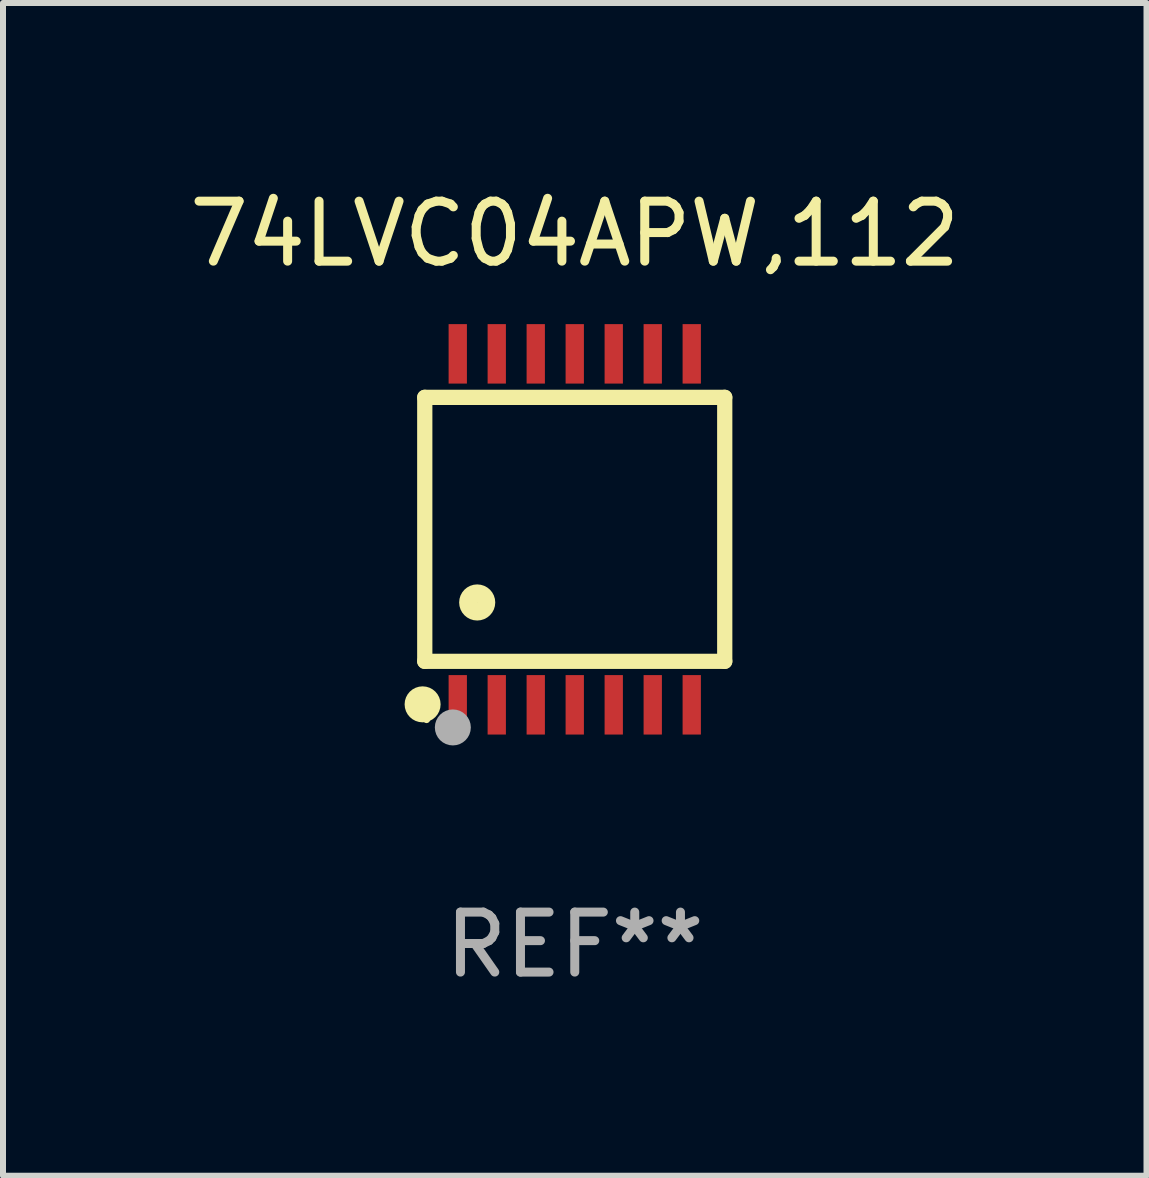
<source format=kicad_pcb>
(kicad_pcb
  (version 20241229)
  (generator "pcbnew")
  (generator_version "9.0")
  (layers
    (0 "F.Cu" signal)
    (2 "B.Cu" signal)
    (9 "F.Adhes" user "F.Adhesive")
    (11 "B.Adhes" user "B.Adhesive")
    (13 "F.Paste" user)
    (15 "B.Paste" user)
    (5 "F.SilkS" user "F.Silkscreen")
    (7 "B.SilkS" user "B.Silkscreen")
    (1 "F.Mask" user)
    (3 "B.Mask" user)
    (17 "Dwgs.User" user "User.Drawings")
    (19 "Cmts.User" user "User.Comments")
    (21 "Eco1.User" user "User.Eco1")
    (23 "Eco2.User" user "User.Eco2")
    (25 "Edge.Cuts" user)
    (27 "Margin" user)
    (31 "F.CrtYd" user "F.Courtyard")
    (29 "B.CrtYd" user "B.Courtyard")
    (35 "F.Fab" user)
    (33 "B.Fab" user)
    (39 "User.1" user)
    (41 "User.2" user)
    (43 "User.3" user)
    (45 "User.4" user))
  (footprint "74LVC04APW,112"
    (layer "F.Cu")
    (at 6.53 5.773)
    (property "Reference" "74LVC04APW,112" (at 0 -4.925 0) (layer "F.SilkS") (effects (font (size 1 1) (thickness 0.15))))
    (attr through_hole)
    (fp_line (start -2.5 2.2) (end -2.5 -2.2) (stroke (width 0.254) (type solid)) (layer "F.SilkS"))
    (fp_line (start -2.5 2.2) (end 2.5 2.2) (stroke (width 0.254) (type solid)) (layer "F.SilkS"))
    (fp_line (start 2.5 -2.2) (end -2.5 -2.2) (stroke (width 0.254) (type solid)) (layer "F.SilkS"))
    (fp_line (start 2.5 -2.2) (end 2.5 2.2) (stroke (width 0.254) (type solid)) (layer "F.SilkS"))
    (fp_circle (center -2.536 2.917) (end -2.386 2.917) (stroke (width 0.3) (type solid)) (fill no) (layer "F.SilkS"))
    (fp_circle (center -2.47 3.17) (end -2.44 3.17) (stroke (width 0.06) (type solid)) (fill no) (layer "F.SilkS"))
    (fp_circle (center -1.626 1.219) (end -1.475 1.219) (stroke (width 0.3) (type solid)) (fill no) (layer "F.SilkS"))
    (fp_circle (center -2.032 3.302) (end -1.882 3.302) (stroke (width 0.3) (type solid)) (fill no) (layer "F.Fab"))
    (fp_text user "REF**" (at 0 6.925 0) (layer "F.Fab") (effects (font (size 1 1) (thickness 0.15))))
    (pad "1" smd rect (at -1.95 2.925) (size 0.305 0.991) (layers "F.Cu" "F.Mask" "F.Paste"))
    (pad "2" smd rect (at -1.3 2.925) (size 0.305 0.991) (layers "F.Cu" "F.Mask" "F.Paste"))
    (pad "3" smd rect (at -0.65 2.925) (size 0.305 0.991) (layers "F.Cu" "F.Mask" "F.Paste"))
    (pad "4" smd rect (at 0 2.925) (size 0.305 0.991) (layers "F.Cu" "F.Mask" "F.Paste"))
    (pad "5" smd rect (at 0.65 2.925) (size 0.305 0.991) (layers "F.Cu" "F.Mask" "F.Paste"))
    (pad "6" smd rect (at 1.3 2.925) (size 0.305 0.991) (layers "F.Cu" "F.Mask" "F.Paste"))
    (pad "7" smd rect (at 1.95 2.925) (size 0.305 0.991) (layers "F.Cu" "F.Mask" "F.Paste"))
    (pad "8" smd rect (at 1.95 -2.925) (size 0.305 0.991) (layers "F.Cu" "F.Mask" "F.Paste"))
    (pad "9" smd rect (at 1.3 -2.925) (size 0.305 0.991) (layers "F.Cu" "F.Mask" "F.Paste"))
    (pad "10" smd rect (at 0.65 -2.925) (size 0.305 0.991) (layers "F.Cu" "F.Mask" "F.Paste"))
    (pad "11" smd rect (at 0 -2.925) (size 0.305 0.991) (layers "F.Cu" "F.Mask" "F.Paste"))
    (pad "12" smd rect (at -0.65 -2.925) (size 0.305 0.991) (layers "F.Cu" "F.Mask" "F.Paste"))
    (pad "13" smd rect (at -1.3 -2.925) (size 0.305 0.991) (layers "F.Cu" "F.Mask" "F.Paste"))
    (pad "14" smd rect (at -1.95 -2.925) (size 0.305 0.991) (layers "F.Cu" "F.Mask" "F.Paste")))
  (gr_rect
    (start -3 -3)
    (end 16.06 16.547)
    (stroke (width 0.1) (type default))
    (fill no)
    (layer "Edge.Cuts")))
</source>
